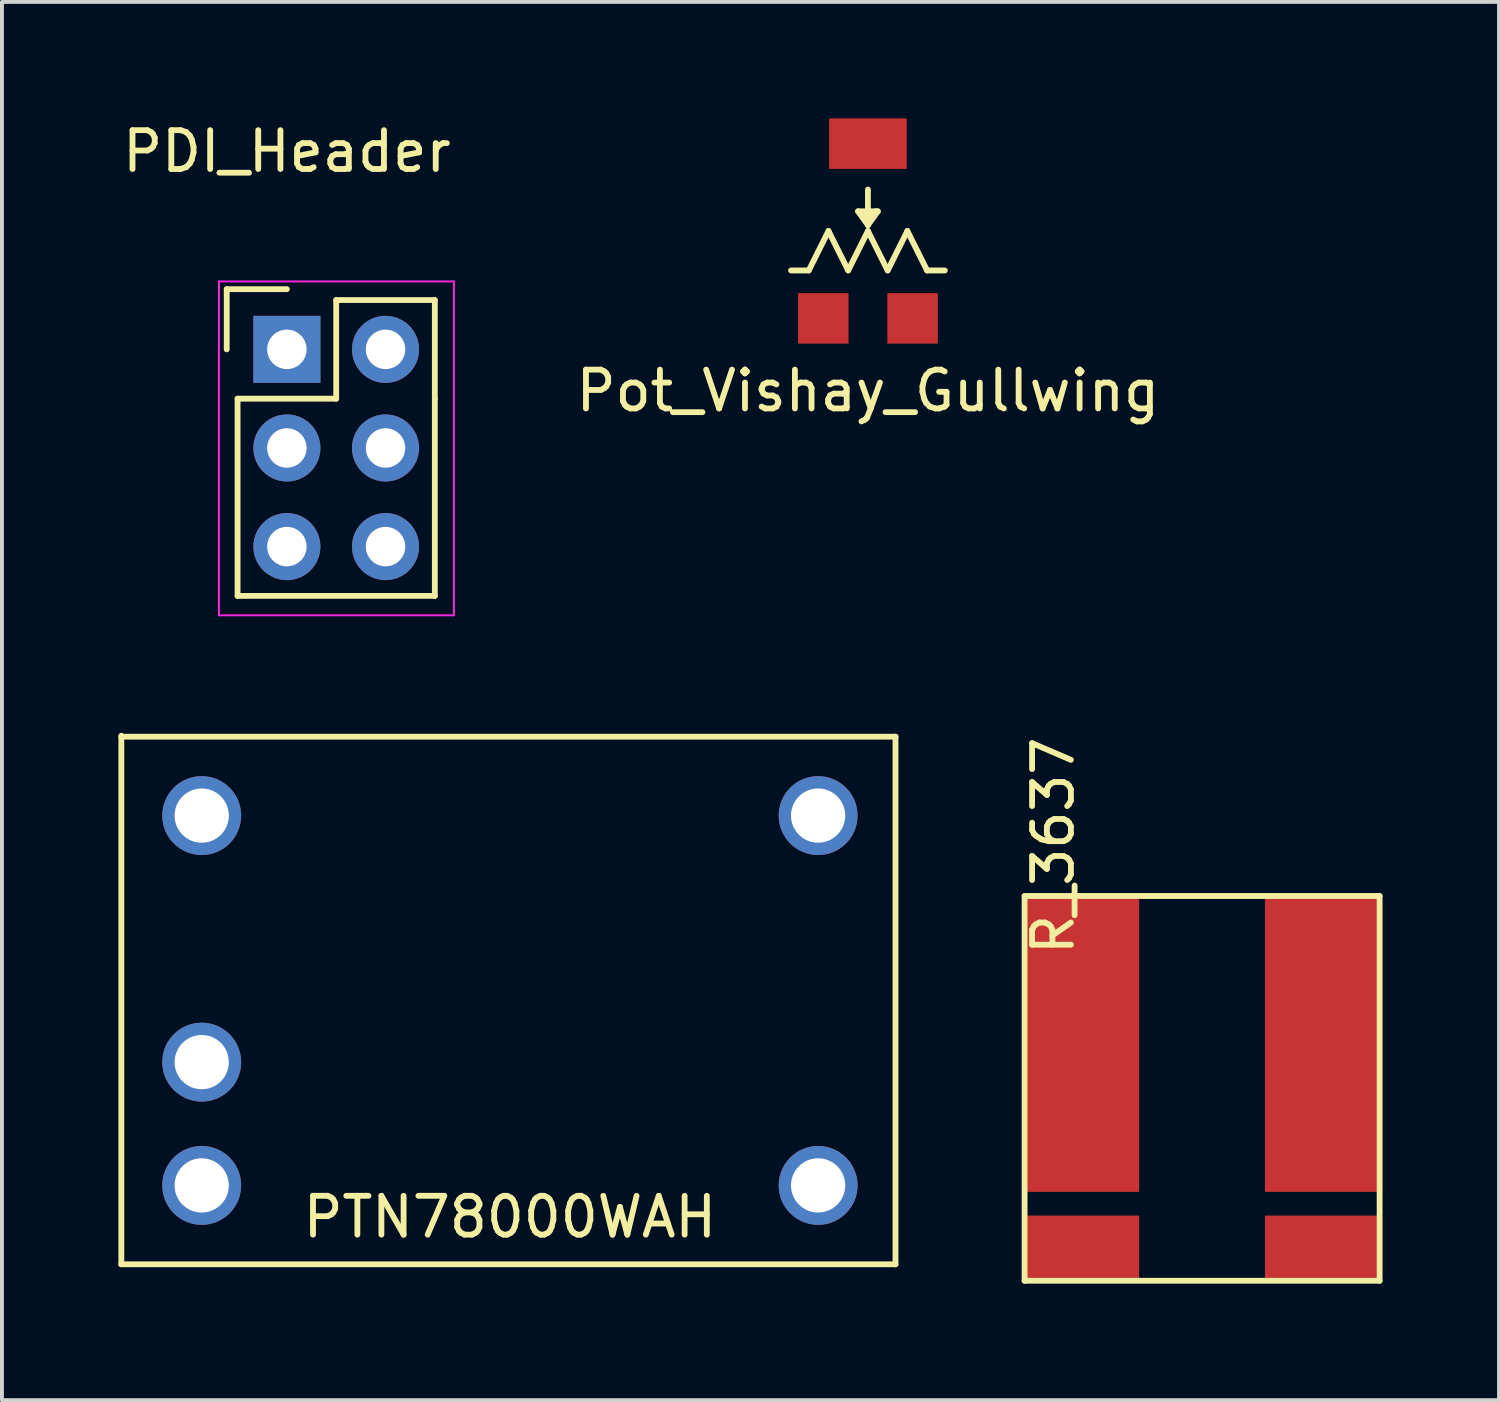
<source format=kicad_pcb>
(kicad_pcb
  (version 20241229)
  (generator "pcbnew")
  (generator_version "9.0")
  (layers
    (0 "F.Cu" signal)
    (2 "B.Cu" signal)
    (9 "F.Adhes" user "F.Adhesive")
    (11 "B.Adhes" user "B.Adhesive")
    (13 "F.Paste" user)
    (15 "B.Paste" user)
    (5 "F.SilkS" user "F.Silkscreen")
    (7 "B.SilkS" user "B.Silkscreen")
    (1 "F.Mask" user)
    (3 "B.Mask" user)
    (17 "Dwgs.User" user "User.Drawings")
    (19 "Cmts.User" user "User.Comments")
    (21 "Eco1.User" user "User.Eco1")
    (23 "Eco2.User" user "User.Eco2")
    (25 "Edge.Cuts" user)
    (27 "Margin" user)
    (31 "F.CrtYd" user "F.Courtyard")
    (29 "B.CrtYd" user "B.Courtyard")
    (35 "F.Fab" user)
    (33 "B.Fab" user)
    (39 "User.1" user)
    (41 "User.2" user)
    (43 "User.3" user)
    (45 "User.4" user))
  (footprint "R_3637"
    (layer "F.Cu")
    (at 23.339 20.027)
    (property "Reference" "R_3637" (at 0.738 -1.293 90) (layer "F.SilkS") (effects (font (size 1 1) (thickness 0.15))))
    (attr through_hole)
    (fp_line (start 0 0) (end 9.14 0) (stroke (width 0.15) (type solid)) (layer "F.SilkS"))
    (fp_line (start 0 9.91) (end 0 0) (stroke (width 0.15) (type solid)) (layer "F.SilkS"))
    (fp_line (start 9.144 0) (end 9.144 9.91) (stroke (width 0.15) (type solid)) (layer "F.SilkS"))
    (fp_line (start 9.144 9.91) (end 0 9.91) (stroke (width 0.15) (type solid)) (layer "F.SilkS"))
    (pad "1" smd rect (at 7.665 3.81) (size 2.95 7.62) (layers "F.Cu" "F.Mask" "F.Paste"))
    (pad "1" smd rect (at 7.665 9.07) (size 2.95 1.68) (layers "F.Cu" "F.Mask" "F.Paste"))
    (pad "2" smd rect (at 1.475 3.81) (size 2.95 7.62) (layers "F.Cu" "F.Mask" "F.Paste"))
    (pad "2" smd rect (at 1.475 9.07) (size 2.95 1.68) (layers "F.Cu" "F.Mask" "F.Paste")))
  (footprint "PTN78000WAH"
    (layer "F.Cu")
    (at 10.083 18.464)
    (property "Reference" "PTN78000WAH" (at 0 9.83 0) (layer "F.SilkS") (effects (font (size 1 1) (thickness 0.15))))
    (attr through_hole)
    (fp_line (start -10.008 -2.54) (end 9.931 -2.54) (stroke (width 0.15) (type solid)) (layer "F.SilkS"))
    (fp_line (start -10.008 11.049) (end -10.008 -2.565) (stroke (width 0.15) (type solid)) (layer "F.SilkS"))
    (fp_line (start 9.931 -2.54) (end 9.931 11.049) (stroke (width 0.15) (type solid)) (layer "F.SilkS"))
    (fp_line (start 9.931 11.049) (end -10.008 11.049) (stroke (width 0.15) (type solid)) (layer "F.SilkS"))
    (pad "1" thru_hole circle (at -7.938 -0.508) (size 2.032 2.032) (drill 1.397) (layers "*.Cu" "*.Mask"))
    (pad "2" thru_hole circle (at -7.938 5.842) (size 2.032 2.032) (drill 1.397) (layers "*.Cu" "*.Mask"))
    (pad "3" thru_hole circle (at -7.938 9.017) (size 2.032 2.032) (drill 1.397) (layers "*.Cu" "*.Mask"))
    (pad "4" thru_hole circle (at 7.938 9.017) (size 2.032 2.032) (drill 1.397) (layers "*.Cu" "*.Mask"))
    (pad "5" thru_hole circle (at 7.938 -0.508) (size 2.032 2.032) (drill 1.397) (layers "*.Cu" "*.Mask")))
  (footprint "PDI_Header"
    (layer "F.Cu")
    (at 4.339 5.948)
    (property "Reference" "PDI_Header" (at 0 -5.1 0) (layer "F.SilkS") (effects (font (size 1 1) (thickness 0.15))))
    (attr through_hole)
    (fp_line (start -1.55 -1.55) (end -1.55 0) (stroke (width 0.15) (type solid)) (layer "F.SilkS"))
    (fp_line (start -1.55 -1.55) (end 0 -1.55) (stroke (width 0.15) (type solid)) (layer "F.SilkS"))
    (fp_line (start -1.27 1.27) (end -1.27 6.35) (stroke (width 0.15) (type solid)) (layer "F.SilkS"))
    (fp_line (start -1.27 6.35) (end 3.81 6.35) (stroke (width 0.15) (type solid)) (layer "F.SilkS"))
    (fp_line (start 1.27 -1.27) (end 1.27 1.27) (stroke (width 0.15) (type solid)) (layer "F.SilkS"))
    (fp_line (start 1.27 1.27) (end -1.27 1.27) (stroke (width 0.15) (type solid)) (layer "F.SilkS"))
    (fp_line (start 3.81 -1.27) (end 1.27 -1.27) (stroke (width 0.15) (type solid)) (layer "F.SilkS"))
    (fp_line (start 3.81 1.27) (end 3.81 -1.27) (stroke (width 0.15) (type solid)) (layer "F.SilkS"))
    (fp_line (start 3.81 6.35) (end 3.81 1.27) (stroke (width 0.15) (type solid)) (layer "F.SilkS"))
    (fp_line (start -1.75 -1.75) (end -1.75 6.85) (stroke (width 0.05) (type solid)) (layer "F.CrtYd"))
    (fp_line (start -1.75 -1.75) (end 4.3 -1.75) (stroke (width 0.05) (type solid)) (layer "F.CrtYd"))
    (fp_line (start -1.75 6.85) (end 4.3 6.85) (stroke (width 0.05) (type solid)) (layer "F.CrtYd"))
    (fp_line (start 4.3 -1.75) (end 4.3 6.85) (stroke (width 0.05) (type solid)) (layer "F.CrtYd"))
    (pad "1" thru_hole rect (at 0 0) (size 1.727 1.727) (drill 1.016) (layers "*.Cu" "*.Mask"))
    (pad "2" thru_hole oval (at 2.54 0) (size 1.727 1.727) (drill 1.016) (layers "*.Cu" "*.Mask"))
    (pad "3" thru_hole oval (at 0 2.54) (size 1.727 1.727) (drill 1.016) (layers "*.Cu" "*.Mask"))
    (pad "4" thru_hole oval (at 2.54 2.54) (size 1.727 1.727) (drill 1.016) (layers "*.Cu" "*.Mask"))
    (pad "5" thru_hole oval (at 0 5.08) (size 1.727 1.727) (drill 1.016) (layers "*.Cu" "*.Mask"))
    (pad "6" thru_hole oval (at 2.54 5.08) (size 1.727 1.727) (drill 1.016) (layers "*.Cu" "*.Mask")))
  (footprint "Pot_Vishay_Gullwing"
    (layer "F.Cu")
    (at 19.304 2.9)
    (property "Reference" "Pot_Vishay_Gullwing" (at 0 4.115 0) (layer "F.SilkS") (effects (font (size 1 1) (thickness 0.15))))
    (attr through_hole)
    (fp_line (start -1.524 1.016) (end -1.981 1.016) (stroke (width 0.15) (type solid)) (layer "F.SilkS"))
    (fp_line (start -1.524 1.016) (end -1.016 0) (stroke (width 0.15) (type solid)) (layer "F.SilkS"))
    (fp_line (start -1.016 0) (end -0.508 1.016) (stroke (width 0.15) (type solid)) (layer "F.SilkS"))
    (fp_line (start -0.508 1.016) (end 0 0) (stroke (width 0.15) (type solid)) (layer "F.SilkS"))
    (fp_line (start -0.254 -0.508) (end 0.203 -0.508) (stroke (width 0.15) (type solid)) (layer "F.SilkS"))
    (fp_line (start 0 -1.067) (end 0 -0.152) (stroke (width 0.15) (type solid)) (layer "F.SilkS"))
    (fp_line (start 0 -0.152) (end -0.254 -0.508) (stroke (width 0.15) (type solid)) (layer "F.SilkS"))
    (fp_line (start 0 -0.152) (end 0.051 -0.406) (stroke (width 0.15) (type solid)) (layer "F.SilkS"))
    (fp_line (start 0 0) (end 0.508 1.016) (stroke (width 0.15) (type solid)) (layer "F.SilkS"))
    (fp_line (start 0.051 -0.406) (end -0.051 -0.406) (stroke (width 0.15) (type solid)) (layer "F.SilkS"))
    (fp_line (start 0.203 -0.508) (end 0.254 -0.508) (stroke (width 0.15) (type solid)) (layer "F.SilkS"))
    (fp_line (start 0.254 -0.508) (end 0 -0.152) (stroke (width 0.15) (type solid)) (layer "F.SilkS"))
    (fp_line (start 0.508 1.016) (end 1.016 0) (stroke (width 0.15) (type solid)) (layer "F.SilkS"))
    (fp_line (start 1.016 0) (end 1.524 1.016) (stroke (width 0.15) (type solid)) (layer "F.SilkS"))
    (fp_line (start 1.524 1.016) (end 1.981 1.016) (stroke (width 0.15) (type solid)) (layer "F.SilkS"))
    (pad "1" smd rect (at -1.15 2.25) (size 1.3 1.3) (layers "F.Cu" "F.Mask" "F.Paste"))
    (pad "2" smd rect (at 0 -2.25) (size 2 1.3) (layers "F.Cu" "F.Mask" "F.Paste"))
    (pad "3" smd rect (at 1.15 2.25) (size 1.3 1.3) (layers "F.Cu" "F.Mask" "F.Paste")))
  (gr_rect
    (start -3 -3)
    (end 35.558 33.012)
    (stroke (width 0.1) (type default))
    (fill no)
    (layer "Edge.Cuts")))
</source>
